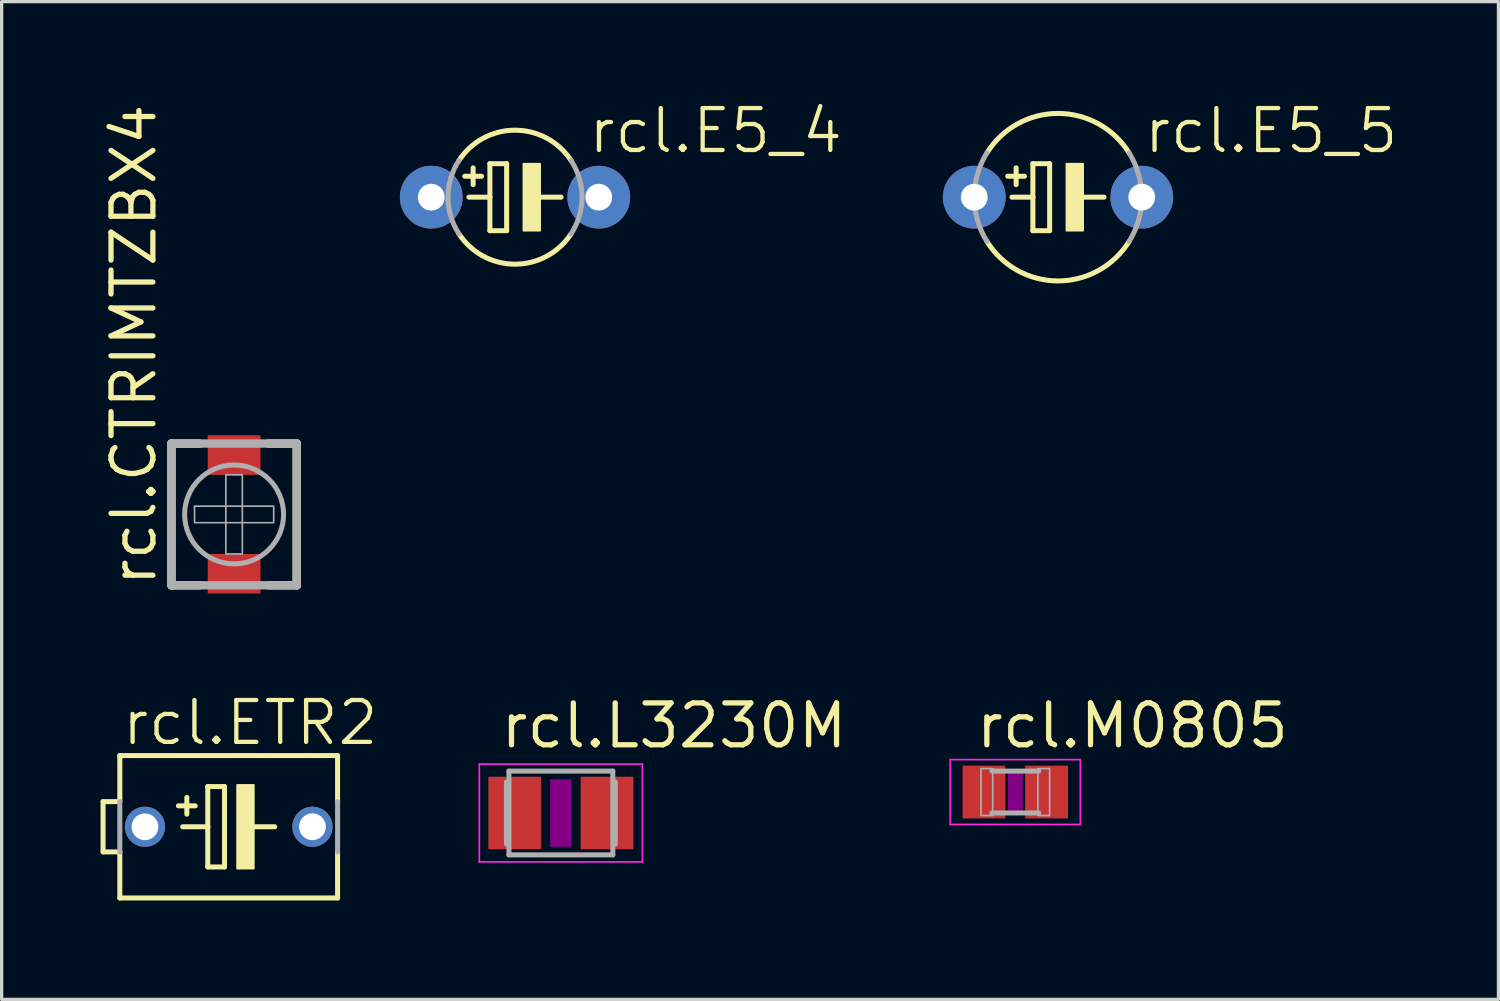
<source format=kicad_pcb>
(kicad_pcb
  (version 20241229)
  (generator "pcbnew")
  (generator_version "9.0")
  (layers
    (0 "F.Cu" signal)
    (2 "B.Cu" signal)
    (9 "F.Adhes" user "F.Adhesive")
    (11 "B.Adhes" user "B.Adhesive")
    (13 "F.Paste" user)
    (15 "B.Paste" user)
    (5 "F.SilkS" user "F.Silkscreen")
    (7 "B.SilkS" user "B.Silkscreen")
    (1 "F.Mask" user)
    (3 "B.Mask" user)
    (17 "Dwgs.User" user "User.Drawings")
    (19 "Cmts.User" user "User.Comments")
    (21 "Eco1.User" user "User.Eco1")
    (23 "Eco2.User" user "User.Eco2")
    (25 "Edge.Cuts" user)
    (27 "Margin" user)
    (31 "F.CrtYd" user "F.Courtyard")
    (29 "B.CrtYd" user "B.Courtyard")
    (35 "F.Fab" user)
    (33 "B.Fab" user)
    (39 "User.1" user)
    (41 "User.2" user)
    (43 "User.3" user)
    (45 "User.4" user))
  (footprint "rcl.E5_5"
    (layer "F.Cu")
    (at 29.037 2.93)
    (property "Reference" "rcl.E5_5" (at 2.54 -1.27 0) (layer "F.SilkS") (effects (font (size 1.27 1.27) (thickness 0.13)) (justify left bottom)))
    (attr through_hole)
    (fp_line (start -1.524 -0.635) (end -1.016 -0.635) (stroke (width 0.152) (type default)) (layer "F.SilkS"))
    (fp_line (start -1.397 0) (end -0.762 0) (stroke (width 0.152) (type default)) (layer "F.SilkS"))
    (fp_line (start -1.27 -0.381) (end -1.27 -0.889) (stroke (width 0.152) (type default)) (layer "F.SilkS"))
    (fp_line (start -0.762 -1.016) (end -0.762 0) (stroke (width 0.152) (type default)) (layer "F.SilkS"))
    (fp_line (start -0.762 0) (end -0.762 1.016) (stroke (width 0.152) (type default)) (layer "F.SilkS"))
    (fp_line (start -0.762 1.016) (end -0.254 1.016) (stroke (width 0.152) (type default)) (layer "F.SilkS"))
    (fp_line (start -0.254 -1.016) (end -0.762 -1.016) (stroke (width 0.152) (type default)) (layer "F.SilkS"))
    (fp_line (start -0.254 1.016) (end -0.254 -1.016) (stroke (width 0.152) (type default)) (layer "F.SilkS"))
    (fp_line (start 0.635 0) (end 1.397 0) (stroke (width 0.152) (type default)) (layer "F.SilkS"))
    (fp_rect (start 0.254 1.016) (end 0.762 -1.016) (stroke (width 0.05) (type default)) (fill yes) (layer "F.SilkS"))
    (fp_arc (start -2.1557 -1.3432) (mid 0 -2.539927) (end 2.1557 -1.3432) (stroke (width 0.1524) (type default)) (layer "F.SilkS"))
    (fp_arc (start 2.1557 1.3432) (mid 0 2.539927) (end -2.1557 1.3432) (stroke (width 0.1524) (type default)) (layer "F.SilkS"))
    (fp_arc (start -2.1557 1.3432) (mid -2.539927 0) (end -2.1557 -1.3432) (stroke (width 0.1524) (type default)) (layer "F.Fab"))
    (fp_arc (start 2.1557 -1.3432) (mid 2.539927 0) (end 2.1557 1.3432) (stroke (width 0.1524) (type default)) (layer "F.Fab"))
    (pad "+" thru_hole circle (at -2.54 0) (size 1.905 1.905) (drill 0.813) (layers "*.Cu" "*.Mask"))
    (pad "-" thru_hole circle (at 2.54 0) (size 1.905 1.905) (drill 0.813) (layers "*.Cu" "*.Mask")))
  (footprint "rcl.CTRIMTZBX4"
    (layer "F.Cu")
    (at 4.05 12.551)
    (property "Reference" "rcl.CTRIMTZBX4" (at -2.3 2.25 90) (layer "F.SilkS") (effects (font (size 1.27 1.27) (thickness 0.16)) (justify left bottom)))
    (attr smd)
    (fp_line (start -1.9 -2.15) (end -1.05 -2.15) (stroke (width 0.254) (type default)) (layer "F.SilkS"))
    (fp_line (start -1.9 2.15) (end -1.9 -2.15) (stroke (width 0.254) (type default)) (layer "F.SilkS"))
    (fp_line (start -1.05 2.15) (end -1.9 2.15) (stroke (width 0.254) (type default)) (layer "F.SilkS"))
    (fp_line (start 1.05 2.15) (end 1.9 2.15) (stroke (width 0.254) (type default)) (layer "F.SilkS"))
    (fp_line (start 1.9 -2.15) (end 1.05 -2.15) (stroke (width 0.254) (type default)) (layer "F.SilkS"))
    (fp_line (start 1.9 2.15) (end 1.9 -2.15) (stroke (width 0.254) (type default)) (layer "F.SilkS"))
    (fp_line (start -1.9 -2.15) (end -1.9 2.15) (stroke (width 0.254) (type default)) (layer "F.Fab"))
    (fp_line (start -1.9 2.15) (end 1.9 2.15) (stroke (width 0.254) (type default)) (layer "F.Fab"))
    (fp_line (start 1.9 -2.15) (end -1.9 -2.15) (stroke (width 0.254) (type default)) (layer "F.Fab"))
    (fp_line (start 1.9 2.15) (end 1.9 -2.15) (stroke (width 0.254) (type default)) (layer "F.Fab"))
    (fp_rect (start -1.2 0.25) (end 1.2 -0.25) (stroke (width 0.05) (type default)) (fill no) (layer "F.Fab"))
    (fp_rect (start -0.25 1.2) (end 0.25 -1.2) (stroke (width 0.05) (type default)) (fill no) (layer "F.Fab"))
    (fp_circle (center 0 0) (end 1.5 0) (stroke (width 0.152) (type default)) (fill no) (layer "F.Fab"))
    (pad "1" smd roundrect (at 0 -1.8) (size 1.6 1.2) (layers "F.Cu" "F.Mask" "F.Paste") (roundrect_rratio 0.01))
    (pad "2" smd roundrect (at 0 1.8) (size 1.6 1.2) (layers "F.Cu" "F.Mask" "F.Paste") (roundrect_rratio 0.01)))
  (footprint "rcl.L3230M"
    (layer "F.Cu")
    (at 13.96 21.606)
    (property "Reference" "rcl.L3230M" (at -1.905 -1.905 0) (layer "F.SilkS") (effects (font (size 1.27 1.27) (thickness 0.16)) (justify left bottom)))
    (attr smd)
    (fp_rect (start -0.3 1) (end 0.3 -1) (stroke (width 0.05) (type default)) (fill yes) (layer "F.Adhes"))
    (fp_line (start -2.473 -1.483) (end 2.473 -1.483) (stroke (width 0.051) (type default)) (layer "F.CrtYd"))
    (fp_line (start -2.473 1.483) (end -2.473 -1.483) (stroke (width 0.051) (type default)) (layer "F.CrtYd"))
    (fp_line (start 2.473 -1.483) (end 2.473 1.483) (stroke (width 0.051) (type default)) (layer "F.CrtYd"))
    (fp_line (start 2.473 1.483) (end -2.473 1.483) (stroke (width 0.051) (type default)) (layer "F.CrtYd"))
    (fp_line (start -1.651 -0.94) (end -1.651 0.94) (stroke (width 0.152) (type default)) (layer "F.Fab"))
    (fp_line (start -1.575 -1.27) (end 1.575 -1.27) (stroke (width 0.152) (type default)) (layer "F.Fab"))
    (fp_line (start -1.575 1.27) (end -1.575 -1.27) (stroke (width 0.152) (type default)) (layer "F.Fab"))
    (fp_line (start 1.575 -1.27) (end 1.575 1.27) (stroke (width 0.152) (type default)) (layer "F.Fab"))
    (fp_line (start 1.575 1.27) (end -1.575 1.27) (stroke (width 0.152) (type default)) (layer "F.Fab"))
    (fp_line (start 1.651 -0.94) (end 1.651 0.94) (stroke (width 0.152) (type default)) (layer "F.Fab"))
    (pad "1" smd roundrect (at -1.4 0) (size 1.6 2.2) (layers "F.Cu" "F.Mask" "F.Paste") (roundrect_rratio 0.01))
    (pad "2" smd roundrect (at 1.4 0) (size 1.6 2.2) (layers "F.Cu" "F.Mask" "F.Paste") (roundrect_rratio 0.01)))
  (footprint "rcl.ETR2"
    (layer "F.Cu")
    (at 3.886 22.024)
    (property "Reference" "rcl.ETR2" (at -3.302 -2.413 0) (layer "F.SilkS") (effects (font (size 1.27 1.27) (thickness 0.13)) (justify left bottom)))
    (attr through_hole)
    (fp_line (start -3.81 -0.762) (end -3.81 0.762) (stroke (width 0.152) (type default)) (layer "F.SilkS"))
    (fp_line (start -3.81 0.762) (end -3.302 0.762) (stroke (width 0.152) (type default)) (layer "F.SilkS"))
    (fp_line (start -3.302 -0.762) (end -3.81 -0.762) (stroke (width 0.152) (type default)) (layer "F.SilkS"))
    (fp_line (start -3.302 -0.762) (end -3.302 -2.159) (stroke (width 0.152) (type default)) (layer "F.SilkS"))
    (fp_line (start -3.302 2.159) (end -3.302 0.762) (stroke (width 0.152) (type default)) (layer "F.SilkS"))
    (fp_line (start -3.302 2.159) (end 3.302 2.159) (stroke (width 0.152) (type default)) (layer "F.SilkS"))
    (fp_line (start -1.524 -0.635) (end -1.016 -0.635) (stroke (width 0.152) (type default)) (layer "F.SilkS"))
    (fp_line (start -1.397 0) (end -0.635 0) (stroke (width 0.152) (type default)) (layer "F.SilkS"))
    (fp_line (start -1.27 -0.889) (end -1.27 -0.381) (stroke (width 0.152) (type default)) (layer "F.SilkS"))
    (fp_line (start -0.635 -1.219) (end -0.635 0) (stroke (width 0.152) (type default)) (layer "F.SilkS"))
    (fp_line (start -0.635 0) (end -0.635 1.219) (stroke (width 0.152) (type default)) (layer "F.SilkS"))
    (fp_line (start -0.635 1.219) (end -0.127 1.219) (stroke (width 0.152) (type default)) (layer "F.SilkS"))
    (fp_line (start -0.127 -1.219) (end -0.635 -1.219) (stroke (width 0.152) (type default)) (layer "F.SilkS"))
    (fp_line (start -0.127 1.219) (end -0.127 -1.219) (stroke (width 0.152) (type default)) (layer "F.SilkS"))
    (fp_line (start 0.635 0) (end 1.397 0) (stroke (width 0.152) (type default)) (layer "F.SilkS"))
    (fp_line (start 3.302 -2.159) (end -3.302 -2.159) (stroke (width 0.152) (type default)) (layer "F.SilkS"))
    (fp_line (start 3.302 -0.762) (end 3.302 -2.159) (stroke (width 0.152) (type default)) (layer "F.SilkS"))
    (fp_line (start 3.302 2.159) (end 3.302 0.762) (stroke (width 0.152) (type default)) (layer "F.SilkS"))
    (fp_rect (start 0.254 1.27) (end 0.762 -1.27) (stroke (width 0.05) (type default)) (fill yes) (layer "F.SilkS"))
    (fp_line (start -3.302 0.762) (end -3.302 -0.762) (stroke (width 0.152) (type default)) (layer "F.Fab"))
    (fp_line (start 3.302 -0.762) (end 3.302 0.762) (stroke (width 0.152) (type default)) (layer "F.Fab"))
    (pad "+" thru_hole circle (at -2.54 0) (size 1.219 1.219) (drill 0.813) (layers "*.Cu" "*.Mask"))
    (pad "-" thru_hole circle (at 2.54 0) (size 1.219 1.219) (drill 0.813) (layers "*.Cu" "*.Mask")))
  (footprint "rcl.M0805"
    (layer "F.Cu")
    (at 27.741 20.971)
    (property "Reference" "rcl.M0805" (at -1.27 -1.27 0) (layer "F.SilkS") (effects (font (size 1.27 1.27) (thickness 0.16)) (justify left bottom)))
    (attr smd)
    (fp_rect (start -0.2 0.6) (end 0.2 -0.6) (stroke (width 0.05) (type default)) (fill yes) (layer "F.Adhes"))
    (fp_line (start -1.973 -0.983) (end 1.973 -0.983) (stroke (width 0.051) (type default)) (layer "F.CrtYd"))
    (fp_line (start -1.973 0.983) (end -1.973 -0.983) (stroke (width 0.051) (type default)) (layer "F.CrtYd"))
    (fp_line (start 1.973 -0.983) (end 1.973 0.983) (stroke (width 0.051) (type default)) (layer "F.CrtYd"))
    (fp_line (start 1.973 0.983) (end -1.973 0.983) (stroke (width 0.051) (type default)) (layer "F.CrtYd"))
    (fp_line (start 0.711 -0.635) (end -0.711 -0.635) (stroke (width 0.152) (type default)) (layer "F.Fab"))
    (fp_line (start 0.711 0.635) (end -0.711 0.635) (stroke (width 0.152) (type default)) (layer "F.Fab"))
    (fp_rect (start -1.041 0.711) (end -0.686 -0.711) (stroke (width 0.05) (type default)) (fill no) (layer "F.Fab"))
    (fp_rect (start 0.686 0.711) (end 1.041 -0.711) (stroke (width 0.05) (type default)) (fill no) (layer "F.Fab"))
    (pad "1" smd roundrect (at -0.95 0) (size 1.3 1.6) (layers "F.Cu" "F.Mask" "F.Paste") (roundrect_rratio 0.01))
    (pad "2" smd roundrect (at 0.95 0) (size 1.3 1.6) (layers "F.Cu" "F.Mask" "F.Paste") (roundrect_rratio 0.01)))
  (footprint "rcl.E5_4"
    (layer "F.Cu")
    (at 12.569 2.93)
    (property "Reference" "rcl.E5_4" (at 2.159 -1.27 0) (layer "F.SilkS") (effects (font (size 1.27 1.27) (thickness 0.13)) (justify left bottom)))
    (attr through_hole)
    (fp_line (start -1.524 -0.635) (end -1.016 -0.635) (stroke (width 0.152) (type default)) (layer "F.SilkS"))
    (fp_line (start -1.397 0) (end -0.762 0) (stroke (width 0.152) (type default)) (layer "F.SilkS"))
    (fp_line (start -1.27 -0.381) (end -1.27 -0.889) (stroke (width 0.152) (type default)) (layer "F.SilkS"))
    (fp_line (start -0.762 -1.016) (end -0.762 0) (stroke (width 0.152) (type default)) (layer "F.SilkS"))
    (fp_line (start -0.762 0) (end -0.762 1.016) (stroke (width 0.152) (type default)) (layer "F.SilkS"))
    (fp_line (start -0.762 1.016) (end -0.254 1.016) (stroke (width 0.152) (type default)) (layer "F.SilkS"))
    (fp_line (start -0.254 -1.016) (end -0.762 -1.016) (stroke (width 0.152) (type default)) (layer "F.SilkS"))
    (fp_line (start -0.254 1.016) (end -0.254 -1.016) (stroke (width 0.152) (type default)) (layer "F.SilkS"))
    (fp_line (start 0.635 0) (end 1.397 0) (stroke (width 0.152) (type default)) (layer "F.SilkS"))
    (fp_rect (start 0.254 1.016) (end 0.762 -1.016) (stroke (width 0.05) (type default)) (fill yes) (layer "F.SilkS"))
    (fp_arc (start -1.6985 -1.1153) (mid 0 -2.031944) (end 1.6985 -1.1153) (stroke (width 0.1524) (type default)) (layer "F.SilkS"))
    (fp_arc (start 1.6985 1.1153) (mid 0 2.031944) (end -1.6985 1.1153) (stroke (width 0.1524) (type default)) (layer "F.SilkS"))
    (fp_arc (start -1.6985 1.1153) (mid -2.031944 0) (end -1.6985 -1.1153) (stroke (width 0.1524) (type default)) (layer "F.Fab"))
    (fp_arc (start 1.6985 -1.1153) (mid 2.031944 0) (end 1.6985 1.1153) (stroke (width 0.1524) (type default)) (layer "F.Fab"))
    (pad "+" thru_hole circle (at -2.54 0) (size 1.905 1.905) (drill 0.813) (layers "*.Cu" "*.Mask"))
    (pad "-" thru_hole circle (at 2.54 0) (size 1.905 1.905) (drill 0.813) (layers "*.Cu" "*.Mask")))
  (gr_rect
    (start -3 -3)
    (end 42.394 27.259)
    (stroke (width 0.1) (type default))
    (fill no)
    (layer "Edge.Cuts")))
</source>
